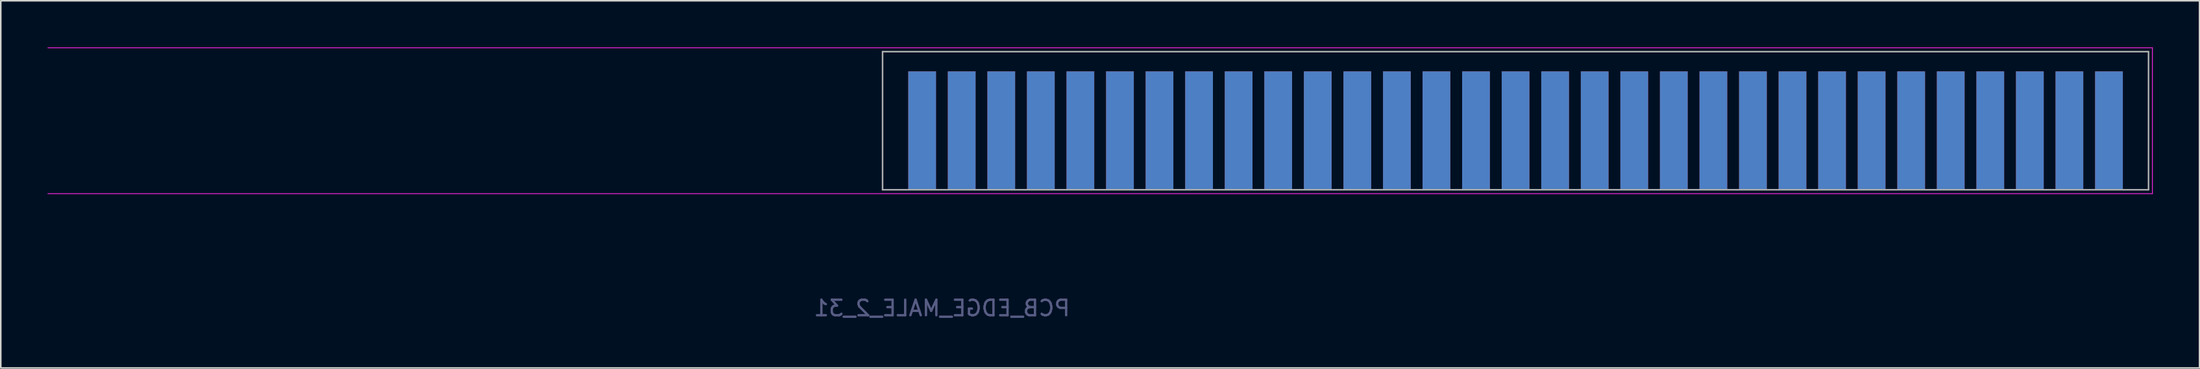
<source format=kicad_pcb>
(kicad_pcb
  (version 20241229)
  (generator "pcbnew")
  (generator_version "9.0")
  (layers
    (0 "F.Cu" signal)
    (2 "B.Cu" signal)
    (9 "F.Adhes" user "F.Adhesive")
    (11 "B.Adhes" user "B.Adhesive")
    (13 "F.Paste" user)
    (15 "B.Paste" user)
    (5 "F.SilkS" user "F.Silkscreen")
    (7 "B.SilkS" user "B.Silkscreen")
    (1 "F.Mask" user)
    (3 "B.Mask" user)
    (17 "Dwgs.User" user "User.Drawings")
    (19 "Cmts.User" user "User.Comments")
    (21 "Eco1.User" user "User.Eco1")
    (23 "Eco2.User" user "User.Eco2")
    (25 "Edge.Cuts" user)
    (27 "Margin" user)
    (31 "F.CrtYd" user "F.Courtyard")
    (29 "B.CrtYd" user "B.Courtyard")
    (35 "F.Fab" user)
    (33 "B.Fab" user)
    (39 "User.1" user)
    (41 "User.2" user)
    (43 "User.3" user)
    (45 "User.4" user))
  (footprint "PCB_EDGE_MALE_2_31"
    (layer "F.Cu")
    (at 70.125 4.085)
    (property "Reference" "PCB_EDGE_MALE_2_31" (at -12.7 12.7 0) (layer "B.Fab") (effects (font (size 1 1) (thickness 0.15)) (justify mirror)))
    (attr exclude_from_pos_files exclude_from_bom)
    (fp_line (start -70.1 -4.06) (end 65.02 -4.06) (stroke (width 0.05) (type solid)) (layer "F.CrtYd"))
    (fp_line (start 65.02 5.33) (end -70.1 5.33) (stroke (width 0.05) (type solid)) (layer "F.CrtYd"))
    (fp_line (start 65.02 5.33) (end 65.02 -4.06) (stroke (width 0.05) (type solid)) (layer "F.CrtYd"))
    (fp_line (start -16.51 -3.81) (end 64.77 -3.81) (stroke (width 0.1) (type solid)) (layer "F.Fab"))
    (fp_line (start -16.51 5.08) (end -16.51 -3.81) (stroke (width 0.1) (type solid)) (layer "F.Fab"))
    (fp_line (start -16.51 5.08) (end 64.77 5.08) (stroke (width 0.1) (type solid)) (layer "F.Fab"))
    (fp_line (start 64.77 -3.81) (end 64.77 5.08) (stroke (width 0.1) (type solid)) (layer "F.Fab"))
    (pad "1" connect rect (at 62.23 1.27) (size 1.78 7.62) (layers "B.Cu" "B.Mask"))
    (pad "2" connect rect (at 62.23 1.27) (size 1.78 7.62) (layers "F.Cu" "F.Mask"))
    (pad "3" connect rect (at 59.69 1.27) (size 1.78 7.62) (layers "B.Cu" "B.Mask"))
    (pad "4" connect rect (at 59.69 1.27) (size 1.78 7.62) (layers "F.Cu" "F.Mask"))
    (pad "5" connect rect (at 57.15 1.27) (size 1.78 7.62) (layers "B.Cu" "B.Mask"))
    (pad "6" connect rect (at 57.15 1.27) (size 1.78 7.62) (layers "F.Cu" "F.Mask"))
    (pad "7" connect rect (at 54.61 1.27) (size 1.78 7.62) (layers "B.Cu" "B.Mask"))
    (pad "8" connect rect (at 54.61 1.27) (size 1.78 7.62) (layers "F.Cu" "F.Mask"))
    (pad "9" connect rect (at 52.07 1.27) (size 1.78 7.62) (layers "B.Cu" "B.Mask"))
    (pad "10" connect rect (at 52.07 1.27) (size 1.78 7.62) (layers "F.Cu" "F.Mask"))
    (pad "11" connect rect (at 49.53 1.27) (size 1.78 7.62) (layers "B.Cu" "B.Mask"))
    (pad "12" connect rect (at 49.53 1.27) (size 1.78 7.62) (layers "F.Cu" "F.Mask"))
    (pad "13" connect rect (at 46.99 1.27) (size 1.78 7.62) (layers "B.Cu" "B.Mask"))
    (pad "14" connect rect (at 46.99 1.27) (size 1.78 7.62) (layers "F.Cu" "F.Mask"))
    (pad "15" connect rect (at 44.45 1.27) (size 1.78 7.62) (layers "B.Cu" "B.Mask"))
    (pad "16" connect rect (at 44.45 1.27) (size 1.78 7.62) (layers "F.Cu" "F.Mask"))
    (pad "17" connect rect (at 41.91 1.27) (size 1.78 7.62) (layers "B.Cu" "B.Mask"))
    (pad "18" connect rect (at 41.91 1.27) (size 1.78 7.62) (layers "F.Cu" "F.Mask"))
    (pad "19" connect rect (at 39.37 1.27) (size 1.78 7.62) (layers "B.Cu" "B.Mask"))
    (pad "20" connect rect (at 39.37 1.27) (size 1.78 7.62) (layers "F.Cu" "F.Mask"))
    (pad "21" connect rect (at 36.83 1.27) (size 1.78 7.62) (layers "B.Cu" "B.Mask"))
    (pad "22" connect rect (at 36.83 1.27) (size 1.78 7.62) (layers "F.Cu" "F.Mask"))
    (pad "23" connect rect (at 34.29 1.27) (size 1.78 7.62) (layers "B.Cu" "B.Mask"))
    (pad "24" connect rect (at 34.29 1.27) (size 1.78 7.62) (layers "F.Cu" "F.Mask"))
    (pad "25" connect rect (at 31.75 1.27) (size 1.78 7.62) (layers "B.Cu" "B.Mask"))
    (pad "26" connect rect (at 31.75 1.27) (size 1.78 7.62) (layers "F.Cu" "F.Mask"))
    (pad "27" connect rect (at 29.21 1.27) (size 1.78 7.62) (layers "B.Cu" "B.Mask"))
    (pad "28" connect rect (at 29.21 1.27) (size 1.78 7.62) (layers "F.Cu" "F.Mask"))
    (pad "29" connect rect (at 26.67 1.27) (size 1.78 7.62) (layers "B.Cu" "B.Mask"))
    (pad "30" connect rect (at 26.67 1.27) (size 1.78 7.62) (layers "F.Cu" "F.Mask"))
    (pad "31" connect rect (at 24.13 1.27) (size 1.78 7.62) (layers "B.Cu" "B.Mask"))
    (pad "32" connect rect (at 24.13 1.27) (size 1.78 7.62) (layers "F.Cu" "F.Mask"))
    (pad "33" connect rect (at 21.59 1.27) (size 1.78 7.62) (layers "B.Cu" "B.Mask"))
    (pad "34" connect rect (at 21.59 1.27) (size 1.78 7.62) (layers "F.Cu" "F.Mask"))
    (pad "35" connect rect (at 19.05 1.27) (size 1.78 7.62) (layers "B.Cu" "B.Mask"))
    (pad "36" connect rect (at 19.05 1.27) (size 1.78 7.62) (layers "F.Cu" "F.Mask"))
    (pad "37" connect rect (at 16.51 1.27) (size 1.78 7.62) (layers "B.Cu" "B.Mask"))
    (pad "38" connect rect (at 16.51 1.27) (size 1.78 7.62) (layers "F.Cu" "F.Mask"))
    (pad "39" connect rect (at 13.97 1.27) (size 1.78 7.62) (layers "B.Cu" "B.Mask"))
    (pad "40" connect rect (at 13.97 1.27) (size 1.78 7.62) (layers "F.Cu" "F.Mask"))
    (pad "41" connect rect (at 11.43 1.27) (size 1.78 7.62) (layers "B.Cu" "B.Mask"))
    (pad "42" connect rect (at 11.43 1.27) (size 1.78 7.62) (layers "F.Cu" "F.Mask"))
    (pad "43" connect rect (at 8.89 1.27) (size 1.78 7.62) (layers "B.Cu" "B.Mask"))
    (pad "44" connect rect (at 8.89 1.27) (size 1.78 7.62) (layers "F.Cu" "F.Mask"))
    (pad "45" connect rect (at 6.35 1.27) (size 1.78 7.62) (layers "B.Cu" "B.Mask"))
    (pad "46" connect rect (at 6.35 1.27) (size 1.78 7.62) (layers "F.Cu" "F.Mask"))
    (pad "47" connect rect (at 3.81 1.27) (size 1.78 7.62) (layers "B.Cu" "B.Mask"))
    (pad "48" connect rect (at 3.81 1.27) (size 1.78 7.62) (layers "F.Cu" "F.Mask"))
    (pad "49" connect rect (at 1.27 1.27) (size 1.78 7.62) (layers "B.Cu" "B.Mask"))
    (pad "50" connect rect (at 1.27 1.27) (size 1.78 7.62) (layers "F.Cu" "F.Mask"))
    (pad "51" connect rect (at -1.27 1.27) (size 1.78 7.62) (layers "B.Cu" "B.Mask"))
    (pad "52" connect rect (at -1.27 1.27) (size 1.78 7.62) (layers "F.Cu" "F.Mask"))
    (pad "53" connect rect (at -3.81 1.27) (size 1.78 7.62) (layers "B.Cu" "B.Mask"))
    (pad "54" connect rect (at -3.81 1.27) (size 1.78 7.62) (layers "F.Cu" "F.Mask"))
    (pad "55" connect rect (at -6.35 1.27) (size 1.78 7.62) (layers "B.Cu" "B.Mask"))
    (pad "56" connect rect (at -6.35 1.27) (size 1.78 7.62) (layers "F.Cu" "F.Mask"))
    (pad "57" connect rect (at -8.89 1.27) (size 1.78 7.62) (layers "B.Cu" "B.Mask"))
    (pad "58" connect rect (at -8.89 1.27) (size 1.78 7.62) (layers "F.Cu" "F.Mask"))
    (pad "59" connect rect (at -11.43 1.27) (size 1.78 7.62) (layers "B.Cu" "B.Mask"))
    (pad "60" connect rect (at -11.43 1.27) (size 1.78 7.62) (layers "F.Cu" "F.Mask"))
    (pad "61" connect rect (at -13.97 1.27) (size 1.78 7.62) (layers "B.Cu" "B.Mask"))
    (pad "62" connect rect (at -13.97 1.27) (size 1.78 7.62) (layers "F.Cu" "F.Mask")))
  (gr_rect
    (start -3 -3)
    (end 138.17 20.633)
    (stroke (width 0.1) (type default))
    (fill no)
    (layer "Edge.Cuts")))
</source>
